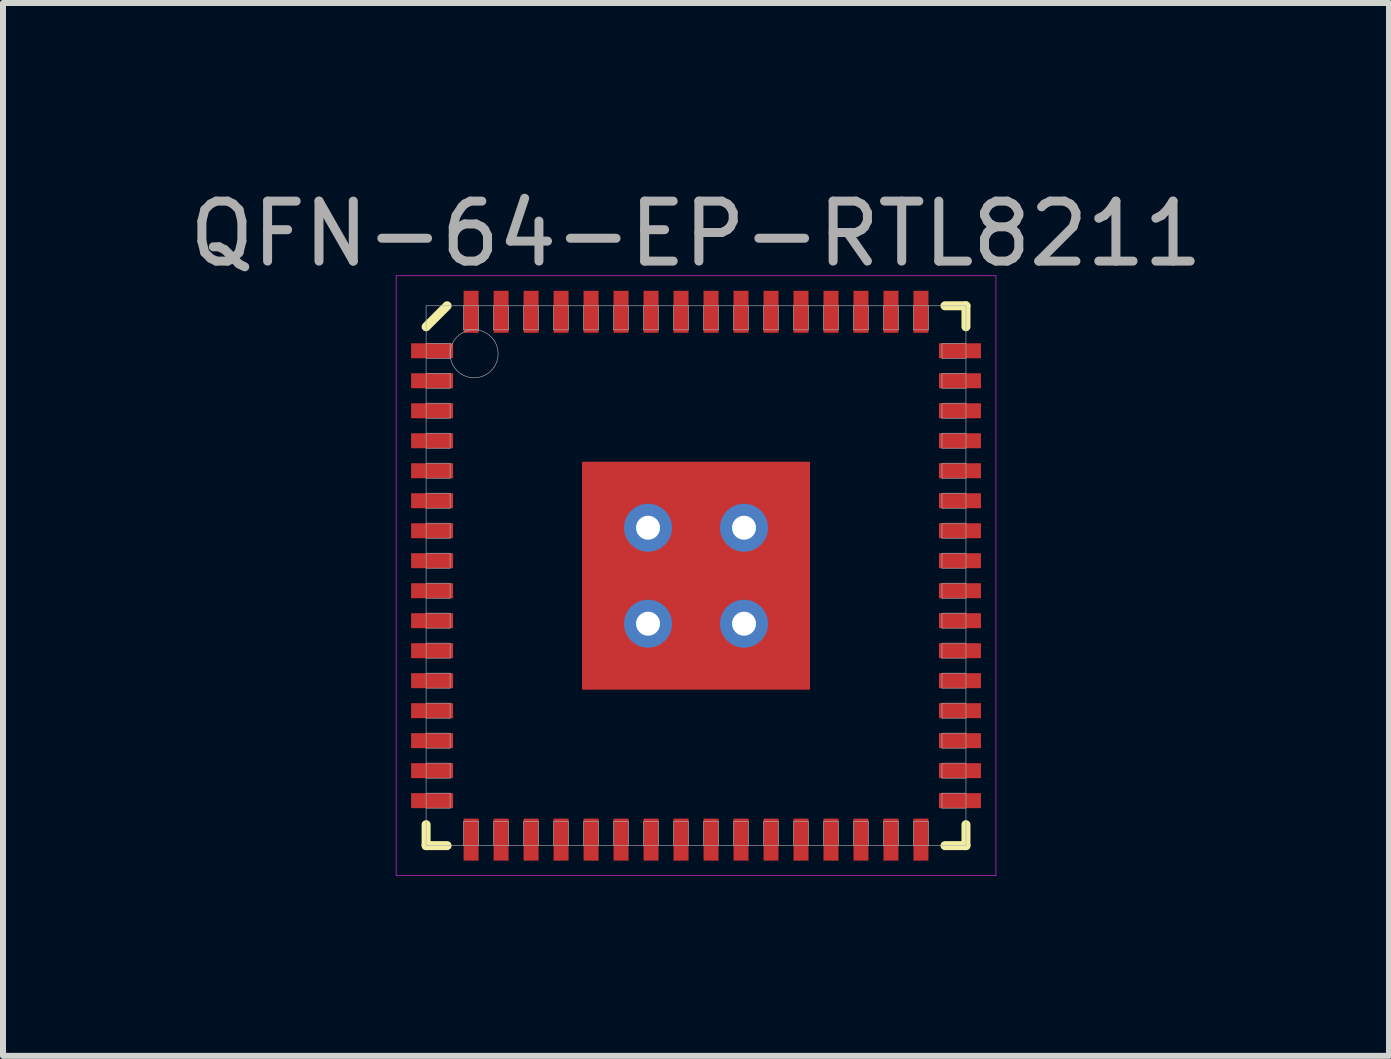
<source format=kicad_pcb>
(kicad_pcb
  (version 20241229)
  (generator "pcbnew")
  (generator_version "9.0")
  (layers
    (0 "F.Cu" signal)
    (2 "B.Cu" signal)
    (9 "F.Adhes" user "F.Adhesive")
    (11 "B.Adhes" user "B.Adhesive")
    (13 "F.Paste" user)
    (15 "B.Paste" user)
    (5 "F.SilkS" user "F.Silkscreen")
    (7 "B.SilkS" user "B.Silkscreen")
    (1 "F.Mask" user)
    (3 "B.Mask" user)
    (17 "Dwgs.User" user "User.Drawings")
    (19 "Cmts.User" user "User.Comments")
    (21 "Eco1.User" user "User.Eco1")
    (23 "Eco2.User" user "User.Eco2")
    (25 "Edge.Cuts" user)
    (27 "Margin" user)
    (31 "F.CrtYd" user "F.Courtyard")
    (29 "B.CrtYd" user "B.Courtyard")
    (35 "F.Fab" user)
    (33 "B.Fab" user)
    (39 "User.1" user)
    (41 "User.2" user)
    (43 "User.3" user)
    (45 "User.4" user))
  (footprint "QFN-64-EP-RTL8211"
    (layer "F.Cu")
    (at 8.554 6.548)
    (property "Reference" "QFN-64-EP-RTL8211" (at 0 -5.7 0) (layer "F.Fab") (effects (font (size 1 1) (thickness 0.15))))
    (attr smd)
    (fp_line (start -4.5 -4.15) (end -4.15 -4.5) (stroke (width 0.15) (type solid)) (layer "F.SilkS"))
    (fp_line (start -4.5 4.5) (end -4.5 4.15) (stroke (width 0.15) (type solid)) (layer "F.SilkS"))
    (fp_line (start -4.15 4.5) (end -4.5 4.5) (stroke (width 0.15) (type solid)) (layer "F.SilkS"))
    (fp_line (start 4.15 -4.5) (end 4.5 -4.5) (stroke (width 0.15) (type solid)) (layer "F.SilkS"))
    (fp_line (start 4.15 4.5) (end 4.5 4.5) (stroke (width 0.15) (type solid)) (layer "F.SilkS"))
    (fp_line (start 4.5 -4.5) (end 4.5 -4.15) (stroke (width 0.15) (type solid)) (layer "F.SilkS"))
    (fp_line (start 4.5 4.5) (end 4.5 4.15) (stroke (width 0.15) (type solid)) (layer "F.SilkS"))
    (fp_line (start -5 -5) (end 5 -5) (stroke (width 0.01) (type solid)) (layer "F.CrtYd"))
    (fp_line (start -5 5) (end -5 -5) (stroke (width 0.01) (type solid)) (layer "F.CrtYd"))
    (fp_line (start 5 -5) (end 5 5) (stroke (width 0.01) (type solid)) (layer "F.CrtYd"))
    (fp_line (start 5 5) (end -5 5) (stroke (width 0.01) (type solid)) (layer "F.CrtYd"))
    (fp_line (start -4.5 -4.5) (end 4.5 -4.5) (stroke (width 0.01) (type solid)) (layer "F.Fab"))
    (fp_line (start -4.5 -3.625) (end -4.1 -3.625) (stroke (width 0.01) (type solid)) (layer "F.Fab"))
    (fp_line (start -4.5 -3.125) (end -4.1 -3.125) (stroke (width 0.01) (type solid)) (layer "F.Fab"))
    (fp_line (start -4.5 -2.625) (end -4.1 -2.625) (stroke (width 0.01) (type solid)) (layer "F.Fab"))
    (fp_line (start -4.5 -2.125) (end -4.1 -2.125) (stroke (width 0.01) (type solid)) (layer "F.Fab"))
    (fp_line (start -4.5 -1.625) (end -4.1 -1.625) (stroke (width 0.01) (type solid)) (layer "F.Fab"))
    (fp_line (start -4.5 -1.125) (end -4.1 -1.125) (stroke (width 0.01) (type solid)) (layer "F.Fab"))
    (fp_line (start -4.5 -0.625) (end -4.1 -0.625) (stroke (width 0.01) (type solid)) (layer "F.Fab"))
    (fp_line (start -4.5 -0.125) (end -4.1 -0.125) (stroke (width 0.01) (type solid)) (layer "F.Fab"))
    (fp_line (start -4.5 0.375) (end -4.1 0.375) (stroke (width 0.01) (type solid)) (layer "F.Fab"))
    (fp_line (start -4.5 0.875) (end -4.1 0.875) (stroke (width 0.01) (type solid)) (layer "F.Fab"))
    (fp_line (start -4.5 1.375) (end -4.1 1.375) (stroke (width 0.01) (type solid)) (layer "F.Fab"))
    (fp_line (start -4.5 1.875) (end -4.1 1.875) (stroke (width 0.01) (type solid)) (layer "F.Fab"))
    (fp_line (start -4.5 2.375) (end -4.1 2.375) (stroke (width 0.01) (type solid)) (layer "F.Fab"))
    (fp_line (start -4.5 2.875) (end -4.1 2.875) (stroke (width 0.01) (type solid)) (layer "F.Fab"))
    (fp_line (start -4.5 3.375) (end -4.1 3.375) (stroke (width 0.01) (type solid)) (layer "F.Fab"))
    (fp_line (start -4.5 3.875) (end -4.1 3.875) (stroke (width 0.01) (type solid)) (layer "F.Fab"))
    (fp_line (start -4.5 4.5) (end -4.5 -4.5) (stroke (width 0.01) (type solid)) (layer "F.Fab"))
    (fp_line (start -4.1 -3.875) (end -4.5 -3.875) (stroke (width 0.01) (type solid)) (layer "F.Fab"))
    (fp_line (start -4.1 -3.625) (end -4.1 -3.875) (stroke (width 0.01) (type solid)) (layer "F.Fab"))
    (fp_line (start -4.1 -3.375) (end -4.5 -3.375) (stroke (width 0.01) (type solid)) (layer "F.Fab"))
    (fp_line (start -4.1 -3.125) (end -4.1 -3.375) (stroke (width 0.01) (type solid)) (layer "F.Fab"))
    (fp_line (start -4.1 -2.875) (end -4.5 -2.875) (stroke (width 0.01) (type solid)) (layer "F.Fab"))
    (fp_line (start -4.1 -2.625) (end -4.1 -2.875) (stroke (width 0.01) (type solid)) (layer "F.Fab"))
    (fp_line (start -4.1 -2.375) (end -4.5 -2.375) (stroke (width 0.01) (type solid)) (layer "F.Fab"))
    (fp_line (start -4.1 -2.125) (end -4.1 -2.375) (stroke (width 0.01) (type solid)) (layer "F.Fab"))
    (fp_line (start -4.1 -1.875) (end -4.5 -1.875) (stroke (width 0.01) (type solid)) (layer "F.Fab"))
    (fp_line (start -4.1 -1.625) (end -4.1 -1.875) (stroke (width 0.01) (type solid)) (layer "F.Fab"))
    (fp_line (start -4.1 -1.375) (end -4.5 -1.375) (stroke (width 0.01) (type solid)) (layer "F.Fab"))
    (fp_line (start -4.1 -1.125) (end -4.1 -1.375) (stroke (width 0.01) (type solid)) (layer "F.Fab"))
    (fp_line (start -4.1 -0.875) (end -4.5 -0.875) (stroke (width 0.01) (type solid)) (layer "F.Fab"))
    (fp_line (start -4.1 -0.625) (end -4.1 -0.875) (stroke (width 0.01) (type solid)) (layer "F.Fab"))
    (fp_line (start -4.1 -0.375) (end -4.5 -0.375) (stroke (width 0.01) (type solid)) (layer "F.Fab"))
    (fp_line (start -4.1 -0.125) (end -4.1 -0.375) (stroke (width 0.01) (type solid)) (layer "F.Fab"))
    (fp_line (start -4.1 0.125) (end -4.5 0.125) (stroke (width 0.01) (type solid)) (layer "F.Fab"))
    (fp_line (start -4.1 0.375) (end -4.1 0.125) (stroke (width 0.01) (type solid)) (layer "F.Fab"))
    (fp_line (start -4.1 0.625) (end -4.5 0.625) (stroke (width 0.01) (type solid)) (layer "F.Fab"))
    (fp_line (start -4.1 0.875) (end -4.1 0.625) (stroke (width 0.01) (type solid)) (layer "F.Fab"))
    (fp_line (start -4.1 1.125) (end -4.5 1.125) (stroke (width 0.01) (type solid)) (layer "F.Fab"))
    (fp_line (start -4.1 1.375) (end -4.1 1.125) (stroke (width 0.01) (type solid)) (layer "F.Fab"))
    (fp_line (start -4.1 1.625) (end -4.5 1.625) (stroke (width 0.01) (type solid)) (layer "F.Fab"))
    (fp_line (start -4.1 1.875) (end -4.1 1.625) (stroke (width 0.01) (type solid)) (layer "F.Fab"))
    (fp_line (start -4.1 2.125) (end -4.5 2.125) (stroke (width 0.01) (type solid)) (layer "F.Fab"))
    (fp_line (start -4.1 2.375) (end -4.1 2.125) (stroke (width 0.01) (type solid)) (layer "F.Fab"))
    (fp_line (start -4.1 2.625) (end -4.5 2.625) (stroke (width 0.01) (type solid)) (layer "F.Fab"))
    (fp_line (start -4.1 2.875) (end -4.1 2.625) (stroke (width 0.01) (type solid)) (layer "F.Fab"))
    (fp_line (start -4.1 3.125) (end -4.5 3.125) (stroke (width 0.01) (type solid)) (layer "F.Fab"))
    (fp_line (start -4.1 3.375) (end -4.1 3.125) (stroke (width 0.01) (type solid)) (layer "F.Fab"))
    (fp_line (start -4.1 3.625) (end -4.5 3.625) (stroke (width 0.01) (type solid)) (layer "F.Fab"))
    (fp_line (start -4.1 3.875) (end -4.1 3.625) (stroke (width 0.01) (type solid)) (layer "F.Fab"))
    (fp_line (start -3.875 -4.5) (end -3.875 -4.1) (stroke (width 0.01) (type solid)) (layer "F.Fab"))
    (fp_line (start -3.875 -4.1) (end -3.625 -4.1) (stroke (width 0.01) (type solid)) (layer "F.Fab"))
    (fp_line (start -3.875 4.1) (end -3.875 4.5) (stroke (width 0.01) (type solid)) (layer "F.Fab"))
    (fp_line (start -3.625 -4.1) (end -3.625 -4.5) (stroke (width 0.01) (type solid)) (layer "F.Fab"))
    (fp_line (start -3.625 4.1) (end -3.875 4.1) (stroke (width 0.01) (type solid)) (layer "F.Fab"))
    (fp_line (start -3.625 4.5) (end -3.625 4.1) (stroke (width 0.01) (type solid)) (layer "F.Fab"))
    (fp_line (start -3.375 -4.5) (end -3.375 -4.1) (stroke (width 0.01) (type solid)) (layer "F.Fab"))
    (fp_line (start -3.375 -4.1) (end -3.125 -4.1) (stroke (width 0.01) (type solid)) (layer "F.Fab"))
    (fp_line (start -3.375 4.1) (end -3.375 4.5) (stroke (width 0.01) (type solid)) (layer "F.Fab"))
    (fp_line (start -3.125 -4.1) (end -3.125 -4.5) (stroke (width 0.01) (type solid)) (layer "F.Fab"))
    (fp_line (start -3.125 4.1) (end -3.375 4.1) (stroke (width 0.01) (type solid)) (layer "F.Fab"))
    (fp_line (start -3.125 4.5) (end -3.125 4.1) (stroke (width 0.01) (type solid)) (layer "F.Fab"))
    (fp_line (start -2.875 -4.5) (end -2.875 -4.1) (stroke (width 0.01) (type solid)) (layer "F.Fab"))
    (fp_line (start -2.875 -4.1) (end -2.625 -4.1) (stroke (width 0.01) (type solid)) (layer "F.Fab"))
    (fp_line (start -2.875 4.1) (end -2.875 4.5) (stroke (width 0.01) (type solid)) (layer "F.Fab"))
    (fp_line (start -2.625 -4.1) (end -2.625 -4.5) (stroke (width 0.01) (type solid)) (layer "F.Fab"))
    (fp_line (start -2.625 4.1) (end -2.875 4.1) (stroke (width 0.01) (type solid)) (layer "F.Fab"))
    (fp_line (start -2.625 4.5) (end -2.625 4.1) (stroke (width 0.01) (type solid)) (layer "F.Fab"))
    (fp_line (start -2.375 -4.5) (end -2.375 -4.1) (stroke (width 0.01) (type solid)) (layer "F.Fab"))
    (fp_line (start -2.375 -4.1) (end -2.125 -4.1) (stroke (width 0.01) (type solid)) (layer "F.Fab"))
    (fp_line (start -2.375 4.1) (end -2.375 4.5) (stroke (width 0.01) (type solid)) (layer "F.Fab"))
    (fp_line (start -2.125 -4.1) (end -2.125 -4.5) (stroke (width 0.01) (type solid)) (layer "F.Fab"))
    (fp_line (start -2.125 4.1) (end -2.375 4.1) (stroke (width 0.01) (type solid)) (layer "F.Fab"))
    (fp_line (start -2.125 4.5) (end -2.125 4.1) (stroke (width 0.01) (type solid)) (layer "F.Fab"))
    (fp_line (start -1.875 -4.5) (end -1.875 -4.1) (stroke (width 0.01) (type solid)) (layer "F.Fab"))
    (fp_line (start -1.875 -4.1) (end -1.625 -4.1) (stroke (width 0.01) (type solid)) (layer "F.Fab"))
    (fp_line (start -1.875 4.1) (end -1.875 4.5) (stroke (width 0.01) (type solid)) (layer "F.Fab"))
    (fp_line (start -1.625 -4.1) (end -1.625 -4.5) (stroke (width 0.01) (type solid)) (layer "F.Fab"))
    (fp_line (start -1.625 4.1) (end -1.875 4.1) (stroke (width 0.01) (type solid)) (layer "F.Fab"))
    (fp_line (start -1.625 4.5) (end -1.625 4.1) (stroke (width 0.01) (type solid)) (layer "F.Fab"))
    (fp_line (start -1.375 -4.5) (end -1.375 -4.1) (stroke (width 0.01) (type solid)) (layer "F.Fab"))
    (fp_line (start -1.375 -4.1) (end -1.125 -4.1) (stroke (width 0.01) (type solid)) (layer "F.Fab"))
    (fp_line (start -1.375 4.1) (end -1.375 4.5) (stroke (width 0.01) (type solid)) (layer "F.Fab"))
    (fp_line (start -1.125 -4.1) (end -1.125 -4.5) (stroke (width 0.01) (type solid)) (layer "F.Fab"))
    (fp_line (start -1.125 4.1) (end -1.375 4.1) (stroke (width 0.01) (type solid)) (layer "F.Fab"))
    (fp_line (start -1.125 4.5) (end -1.125 4.1) (stroke (width 0.01) (type solid)) (layer "F.Fab"))
    (fp_line (start -0.875 -4.5) (end -0.875 -4.1) (stroke (width 0.01) (type solid)) (layer "F.Fab"))
    (fp_line (start -0.875 -4.1) (end -0.625 -4.1) (stroke (width 0.01) (type solid)) (layer "F.Fab"))
    (fp_line (start -0.875 4.1) (end -0.875 4.5) (stroke (width 0.01) (type solid)) (layer "F.Fab"))
    (fp_line (start -0.625 -4.1) (end -0.625 -4.5) (stroke (width 0.01) (type solid)) (layer "F.Fab"))
    (fp_line (start -0.625 4.1) (end -0.875 4.1) (stroke (width 0.01) (type solid)) (layer "F.Fab"))
    (fp_line (start -0.625 4.5) (end -0.625 4.1) (stroke (width 0.01) (type solid)) (layer "F.Fab"))
    (fp_line (start -0.375 -4.5) (end -0.375 -4.1) (stroke (width 0.01) (type solid)) (layer "F.Fab"))
    (fp_line (start -0.375 -4.1) (end -0.125 -4.1) (stroke (width 0.01) (type solid)) (layer "F.Fab"))
    (fp_line (start -0.375 4.1) (end -0.375 4.5) (stroke (width 0.01) (type solid)) (layer "F.Fab"))
    (fp_line (start -0.125 -4.1) (end -0.125 -4.5) (stroke (width 0.01) (type solid)) (layer "F.Fab"))
    (fp_line (start -0.125 4.1) (end -0.375 4.1) (stroke (width 0.01) (type solid)) (layer "F.Fab"))
    (fp_line (start -0.125 4.5) (end -0.125 4.1) (stroke (width 0.01) (type solid)) (layer "F.Fab"))
    (fp_line (start 0.125 -4.5) (end 0.125 -4.1) (stroke (width 0.01) (type solid)) (layer "F.Fab"))
    (fp_line (start 0.125 -4.1) (end 0.375 -4.1) (stroke (width 0.01) (type solid)) (layer "F.Fab"))
    (fp_line (start 0.125 4.1) (end 0.125 4.5) (stroke (width 0.01) (type solid)) (layer "F.Fab"))
    (fp_line (start 0.375 -4.1) (end 0.375 -4.5) (stroke (width 0.01) (type solid)) (layer "F.Fab"))
    (fp_line (start 0.375 4.1) (end 0.125 4.1) (stroke (width 0.01) (type solid)) (layer "F.Fab"))
    (fp_line (start 0.375 4.5) (end 0.375 4.1) (stroke (width 0.01) (type solid)) (layer "F.Fab"))
    (fp_line (start 0.625 -4.5) (end 0.625 -4.1) (stroke (width 0.01) (type solid)) (layer "F.Fab"))
    (fp_line (start 0.625 -4.1) (end 0.875 -4.1) (stroke (width 0.01) (type solid)) (layer "F.Fab"))
    (fp_line (start 0.625 4.1) (end 0.625 4.5) (stroke (width 0.01) (type solid)) (layer "F.Fab"))
    (fp_line (start 0.875 -4.1) (end 0.875 -4.5) (stroke (width 0.01) (type solid)) (layer "F.Fab"))
    (fp_line (start 0.875 4.1) (end 0.625 4.1) (stroke (width 0.01) (type solid)) (layer "F.Fab"))
    (fp_line (start 0.875 4.5) (end 0.875 4.1) (stroke (width 0.01) (type solid)) (layer "F.Fab"))
    (fp_line (start 1.125 -4.5) (end 1.125 -4.1) (stroke (width 0.01) (type solid)) (layer "F.Fab"))
    (fp_line (start 1.125 -4.1) (end 1.375 -4.1) (stroke (width 0.01) (type solid)) (layer "F.Fab"))
    (fp_line (start 1.125 4.1) (end 1.125 4.5) (stroke (width 0.01) (type solid)) (layer "F.Fab"))
    (fp_line (start 1.375 -4.1) (end 1.375 -4.5) (stroke (width 0.01) (type solid)) (layer "F.Fab"))
    (fp_line (start 1.375 4.1) (end 1.125 4.1) (stroke (width 0.01) (type solid)) (layer "F.Fab"))
    (fp_line (start 1.375 4.5) (end 1.375 4.1) (stroke (width 0.01) (type solid)) (layer "F.Fab"))
    (fp_line (start 1.625 -4.5) (end 1.625 -4.1) (stroke (width 0.01) (type solid)) (layer "F.Fab"))
    (fp_line (start 1.625 -4.1) (end 1.875 -4.1) (stroke (width 0.01) (type solid)) (layer "F.Fab"))
    (fp_line (start 1.625 4.1) (end 1.625 4.5) (stroke (width 0.01) (type solid)) (layer "F.Fab"))
    (fp_line (start 1.875 -4.1) (end 1.875 -4.5) (stroke (width 0.01) (type solid)) (layer "F.Fab"))
    (fp_line (start 1.875 4.1) (end 1.625 4.1) (stroke (width 0.01) (type solid)) (layer "F.Fab"))
    (fp_line (start 1.875 4.5) (end 1.875 4.1) (stroke (width 0.01) (type solid)) (layer "F.Fab"))
    (fp_line (start 2.125 -4.5) (end 2.125 -4.1) (stroke (width 0.01) (type solid)) (layer "F.Fab"))
    (fp_line (start 2.125 -4.1) (end 2.375 -4.1) (stroke (width 0.01) (type solid)) (layer "F.Fab"))
    (fp_line (start 2.125 4.1) (end 2.125 4.5) (stroke (width 0.01) (type solid)) (layer "F.Fab"))
    (fp_line (start 2.375 -4.1) (end 2.375 -4.5) (stroke (width 0.01) (type solid)) (layer "F.Fab"))
    (fp_line (start 2.375 4.1) (end 2.125 4.1) (stroke (width 0.01) (type solid)) (layer "F.Fab"))
    (fp_line (start 2.375 4.5) (end 2.375 4.1) (stroke (width 0.01) (type solid)) (layer "F.Fab"))
    (fp_line (start 2.625 -4.5) (end 2.625 -4.1) (stroke (width 0.01) (type solid)) (layer "F.Fab"))
    (fp_line (start 2.625 -4.1) (end 2.875 -4.1) (stroke (width 0.01) (type solid)) (layer "F.Fab"))
    (fp_line (start 2.625 4.1) (end 2.625 4.5) (stroke (width 0.01) (type solid)) (layer "F.Fab"))
    (fp_line (start 2.875 -4.1) (end 2.875 -4.5) (stroke (width 0.01) (type solid)) (layer "F.Fab"))
    (fp_line (start 2.875 4.1) (end 2.625 4.1) (stroke (width 0.01) (type solid)) (layer "F.Fab"))
    (fp_line (start 2.875 4.5) (end 2.875 4.1) (stroke (width 0.01) (type solid)) (layer "F.Fab"))
    (fp_line (start 3.125 -4.5) (end 3.125 -4.1) (stroke (width 0.01) (type solid)) (layer "F.Fab"))
    (fp_line (start 3.125 -4.1) (end 3.375 -4.1) (stroke (width 0.01) (type solid)) (layer "F.Fab"))
    (fp_line (start 3.125 4.1) (end 3.125 4.5) (stroke (width 0.01) (type solid)) (layer "F.Fab"))
    (fp_line (start 3.375 -4.1) (end 3.375 -4.5) (stroke (width 0.01) (type solid)) (layer "F.Fab"))
    (fp_line (start 3.375 4.1) (end 3.125 4.1) (stroke (width 0.01) (type solid)) (layer "F.Fab"))
    (fp_line (start 3.375 4.5) (end 3.375 4.1) (stroke (width 0.01) (type solid)) (layer "F.Fab"))
    (fp_line (start 3.625 -4.5) (end 3.625 -4.1) (stroke (width 0.01) (type solid)) (layer "F.Fab"))
    (fp_line (start 3.625 -4.1) (end 3.875 -4.1) (stroke (width 0.01) (type solid)) (layer "F.Fab"))
    (fp_line (start 3.625 4.1) (end 3.625 4.5) (stroke (width 0.01) (type solid)) (layer "F.Fab"))
    (fp_line (start 3.875 -4.1) (end 3.875 -4.5) (stroke (width 0.01) (type solid)) (layer "F.Fab"))
    (fp_line (start 3.875 4.1) (end 3.625 4.1) (stroke (width 0.01) (type solid)) (layer "F.Fab"))
    (fp_line (start 3.875 4.5) (end 3.875 4.1) (stroke (width 0.01) (type solid)) (layer "F.Fab"))
    (fp_line (start 4.1 -3.875) (end 4.1 -3.625) (stroke (width 0.01) (type solid)) (layer "F.Fab"))
    (fp_line (start 4.1 -3.625) (end 4.5 -3.625) (stroke (width 0.01) (type solid)) (layer "F.Fab"))
    (fp_line (start 4.1 -3.375) (end 4.1 -3.125) (stroke (width 0.01) (type solid)) (layer "F.Fab"))
    (fp_line (start 4.1 -3.125) (end 4.5 -3.125) (stroke (width 0.01) (type solid)) (layer "F.Fab"))
    (fp_line (start 4.1 -2.875) (end 4.1 -2.625) (stroke (width 0.01) (type solid)) (layer "F.Fab"))
    (fp_line (start 4.1 -2.625) (end 4.5 -2.625) (stroke (width 0.01) (type solid)) (layer "F.Fab"))
    (fp_line (start 4.1 -2.375) (end 4.1 -2.125) (stroke (width 0.01) (type solid)) (layer "F.Fab"))
    (fp_line (start 4.1 -2.125) (end 4.5 -2.125) (stroke (width 0.01) (type solid)) (layer "F.Fab"))
    (fp_line (start 4.1 -1.875) (end 4.1 -1.625) (stroke (width 0.01) (type solid)) (layer "F.Fab"))
    (fp_line (start 4.1 -1.625) (end 4.5 -1.625) (stroke (width 0.01) (type solid)) (layer "F.Fab"))
    (fp_line (start 4.1 -1.375) (end 4.1 -1.125) (stroke (width 0.01) (type solid)) (layer "F.Fab"))
    (fp_line (start 4.1 -1.125) (end 4.5 -1.125) (stroke (width 0.01) (type solid)) (layer "F.Fab"))
    (fp_line (start 4.1 -0.875) (end 4.1 -0.625) (stroke (width 0.01) (type solid)) (layer "F.Fab"))
    (fp_line (start 4.1 -0.625) (end 4.5 -0.625) (stroke (width 0.01) (type solid)) (layer "F.Fab"))
    (fp_line (start 4.1 -0.375) (end 4.1 -0.125) (stroke (width 0.01) (type solid)) (layer "F.Fab"))
    (fp_line (start 4.1 -0.125) (end 4.5 -0.125) (stroke (width 0.01) (type solid)) (layer "F.Fab"))
    (fp_line (start 4.1 0.125) (end 4.1 0.375) (stroke (width 0.01) (type solid)) (layer "F.Fab"))
    (fp_line (start 4.1 0.375) (end 4.5 0.375) (stroke (width 0.01) (type solid)) (layer "F.Fab"))
    (fp_line (start 4.1 0.625) (end 4.1 0.875) (stroke (width 0.01) (type solid)) (layer "F.Fab"))
    (fp_line (start 4.1 0.875) (end 4.5 0.875) (stroke (width 0.01) (type solid)) (layer "F.Fab"))
    (fp_line (start 4.1 1.125) (end 4.1 1.375) (stroke (width 0.01) (type solid)) (layer "F.Fab"))
    (fp_line (start 4.1 1.375) (end 4.5 1.375) (stroke (width 0.01) (type solid)) (layer "F.Fab"))
    (fp_line (start 4.1 1.625) (end 4.1 1.875) (stroke (width 0.01) (type solid)) (layer "F.Fab"))
    (fp_line (start 4.1 1.875) (end 4.5 1.875) (stroke (width 0.01) (type solid)) (layer "F.Fab"))
    (fp_line (start 4.1 2.125) (end 4.1 2.375) (stroke (width 0.01) (type solid)) (layer "F.Fab"))
    (fp_line (start 4.1 2.375) (end 4.5 2.375) (stroke (width 0.01) (type solid)) (layer "F.Fab"))
    (fp_line (start 4.1 2.625) (end 4.1 2.875) (stroke (width 0.01) (type solid)) (layer "F.Fab"))
    (fp_line (start 4.1 2.875) (end 4.5 2.875) (stroke (width 0.01) (type solid)) (layer "F.Fab"))
    (fp_line (start 4.1 3.125) (end 4.1 3.375) (stroke (width 0.01) (type solid)) (layer "F.Fab"))
    (fp_line (start 4.1 3.375) (end 4.5 3.375) (stroke (width 0.01) (type solid)) (layer "F.Fab"))
    (fp_line (start 4.1 3.625) (end 4.1 3.875) (stroke (width 0.01) (type solid)) (layer "F.Fab"))
    (fp_line (start 4.1 3.875) (end 4.5 3.875) (stroke (width 0.01) (type solid)) (layer "F.Fab"))
    (fp_line (start 4.5 -4.5) (end 4.5 4.5) (stroke (width 0.01) (type solid)) (layer "F.Fab"))
    (fp_line (start 4.5 -3.875) (end 4.1 -3.875) (stroke (width 0.01) (type solid)) (layer "F.Fab"))
    (fp_line (start 4.5 -3.375) (end 4.1 -3.375) (stroke (width 0.01) (type solid)) (layer "F.Fab"))
    (fp_line (start 4.5 -2.875) (end 4.1 -2.875) (stroke (width 0.01) (type solid)) (layer "F.Fab"))
    (fp_line (start 4.5 -2.375) (end 4.1 -2.375) (stroke (width 0.01) (type solid)) (layer "F.Fab"))
    (fp_line (start 4.5 -1.875) (end 4.1 -1.875) (stroke (width 0.01) (type solid)) (layer "F.Fab"))
    (fp_line (start 4.5 -1.375) (end 4.1 -1.375) (stroke (width 0.01) (type solid)) (layer "F.Fab"))
    (fp_line (start 4.5 -0.875) (end 4.1 -0.875) (stroke (width 0.01) (type solid)) (layer "F.Fab"))
    (fp_line (start 4.5 -0.375) (end 4.1 -0.375) (stroke (width 0.01) (type solid)) (layer "F.Fab"))
    (fp_line (start 4.5 0.125) (end 4.1 0.125) (stroke (width 0.01) (type solid)) (layer "F.Fab"))
    (fp_line (start 4.5 0.625) (end 4.1 0.625) (stroke (width 0.01) (type solid)) (layer "F.Fab"))
    (fp_line (start 4.5 1.125) (end 4.1 1.125) (stroke (width 0.01) (type solid)) (layer "F.Fab"))
    (fp_line (start 4.5 1.625) (end 4.1 1.625) (stroke (width 0.01) (type solid)) (layer "F.Fab"))
    (fp_line (start 4.5 2.125) (end 4.1 2.125) (stroke (width 0.01) (type solid)) (layer "F.Fab"))
    (fp_line (start 4.5 2.625) (end 4.1 2.625) (stroke (width 0.01) (type solid)) (layer "F.Fab"))
    (fp_line (start 4.5 3.125) (end 4.1 3.125) (stroke (width 0.01) (type solid)) (layer "F.Fab"))
    (fp_line (start 4.5 3.625) (end 4.1 3.625) (stroke (width 0.01) (type solid)) (layer "F.Fab"))
    (fp_line (start 4.5 4.5) (end -4.5 4.5) (stroke (width 0.01) (type solid)) (layer "F.Fab"))
    (fp_circle (center -3.7 -3.7) (end -3.7 -3.3) (stroke (width 0.01) (type solid)) (fill no) (layer "F.Fab"))
    (pad "" smd rect (at -1.3 -1.3) (size 0.7 0.7) (layers "F.Mask"))
    (pad "" smd rect (at -1.3 -1.3) (size 0.7 0.7) (layers "F.Paste"))
    (pad "" smd rect (at -1.3 0) (size 0.7 0.7) (layers "F.Mask"))
    (pad "" smd rect (at -1.3 0) (size 0.7 0.7) (layers "F.Paste"))
    (pad "" smd rect (at -1.3 1.3) (size 0.7 0.7) (layers "F.Mask"))
    (pad "" smd rect (at -1.3 1.3) (size 0.7 0.7) (layers "F.Paste"))
    (pad "" smd rect (at 0 -1.3) (size 0.7 0.7) (layers "F.Mask"))
    (pad "" smd rect (at 0 -1.3) (size 0.7 0.7) (layers "F.Paste"))
    (pad "" smd rect (at 0 0) (size 0.7 0.7) (layers "F.Mask"))
    (pad "" smd rect (at 0 0) (size 0.7 0.7) (layers "F.Paste"))
    (pad "" smd rect (at 0 1.3) (size 0.7 0.7) (layers "F.Mask"))
    (pad "" smd rect (at 0 1.3) (size 0.7 0.7) (layers "F.Paste"))
    (pad "" smd rect (at 1.3 -1.3) (size 0.7 0.7) (layers "F.Mask"))
    (pad "" smd rect (at 1.3 -1.3) (size 0.7 0.7) (layers "F.Paste"))
    (pad "" smd rect (at 1.3 0) (size 0.7 0.7) (layers "F.Mask"))
    (pad "" smd rect (at 1.3 0) (size 0.7 0.7) (layers "F.Paste"))
    (pad "" smd rect (at 1.3 1.3) (size 0.7 0.7) (layers "F.Mask"))
    (pad "" smd rect (at 1.3 1.3) (size 0.7 0.7) (layers "F.Paste"))
    (pad "1" smd rect (at -4.4 -3.75) (size 0.7 0.25) (layers "F.Cu" "F.Mask" "F.Paste"))
    (pad "2" smd rect (at -4.4 -3.25) (size 0.7 0.25) (layers "F.Cu" "F.Mask" "F.Paste"))
    (pad "3" smd rect (at -4.4 -2.75) (size 0.7 0.25) (layers "F.Cu" "F.Mask" "F.Paste"))
    (pad "4" smd rect (at -4.4 -2.25) (size 0.7 0.25) (layers "F.Cu" "F.Mask" "F.Paste"))
    (pad "5" smd rect (at -4.4 -1.75) (size 0.7 0.25) (layers "F.Cu" "F.Mask" "F.Paste"))
    (pad "6" smd rect (at -4.4 -1.25) (size 0.7 0.25) (layers "F.Cu" "F.Mask" "F.Paste"))
    (pad "7" smd rect (at -4.4 -0.75) (size 0.7 0.25) (layers "F.Cu" "F.Mask" "F.Paste"))
    (pad "8" smd rect (at -4.4 -0.25) (size 0.7 0.25) (layers "F.Cu" "F.Mask" "F.Paste"))
    (pad "9" smd rect (at -4.4 0.25) (size 0.7 0.25) (layers "F.Cu" "F.Mask" "F.Paste"))
    (pad "10" smd rect (at -4.4 0.75) (size 0.7 0.25) (layers "F.Cu" "F.Mask" "F.Paste"))
    (pad "11" smd rect (at -4.4 1.25) (size 0.7 0.25) (layers "F.Cu" "F.Mask" "F.Paste"))
    (pad "12" smd rect (at -4.4 1.75) (size 0.7 0.25) (layers "F.Cu" "F.Mask" "F.Paste"))
    (pad "13" smd rect (at -4.4 2.25) (size 0.7 0.25) (layers "F.Cu" "F.Mask" "F.Paste"))
    (pad "14" smd rect (at -4.4 2.75) (size 0.7 0.25) (layers "F.Cu" "F.Mask" "F.Paste"))
    (pad "15" smd rect (at -4.4 3.25) (size 0.7 0.25) (layers "F.Cu" "F.Mask" "F.Paste"))
    (pad "16" smd rect (at -4.4 3.75) (size 0.7 0.25) (layers "F.Cu" "F.Mask" "F.Paste"))
    (pad "17" smd rect (at -3.75 4.4) (size 0.25 0.7) (layers "F.Cu" "F.Mask" "F.Paste"))
    (pad "18" smd rect (at -3.25 4.4) (size 0.25 0.7) (layers "F.Cu" "F.Mask" "F.Paste"))
    (pad "19" smd rect (at -2.75 4.4) (size 0.25 0.7) (layers "F.Cu" "F.Mask" "F.Paste"))
    (pad "20" smd rect (at -2.25 4.4) (size 0.25 0.7) (layers "F.Cu" "F.Mask" "F.Paste"))
    (pad "21" smd rect (at -1.75 4.4) (size 0.25 0.7) (layers "F.Cu" "F.Mask" "F.Paste"))
    (pad "22" smd rect (at -1.25 4.4) (size 0.25 0.7) (layers "F.Cu" "F.Mask" "F.Paste"))
    (pad "23" smd rect (at -0.75 4.4) (size 0.25 0.7) (layers "F.Cu" "F.Mask" "F.Paste"))
    (pad "24" smd rect (at -0.25 4.4) (size 0.25 0.7) (layers "F.Cu" "F.Mask" "F.Paste"))
    (pad "25" smd rect (at 0.25 4.4) (size 0.25 0.7) (layers "F.Cu" "F.Mask" "F.Paste"))
    (pad "26" smd rect (at 0.75 4.4) (size 0.25 0.7) (layers "F.Cu" "F.Mask" "F.Paste"))
    (pad "27" smd rect (at 1.25 4.4) (size 0.25 0.7) (layers "F.Cu" "F.Mask" "F.Paste"))
    (pad "28" smd rect (at 1.75 4.4) (size 0.25 0.7) (layers "F.Cu" "F.Mask" "F.Paste"))
    (pad "29" smd rect (at 2.25 4.4) (size 0.25 0.7) (layers "F.Cu" "F.Mask" "F.Paste"))
    (pad "30" smd rect (at 2.75 4.4) (size 0.25 0.7) (layers "F.Cu" "F.Mask" "F.Paste"))
    (pad "31" smd rect (at 3.25 4.4) (size 0.25 0.7) (layers "F.Cu" "F.Mask" "F.Paste"))
    (pad "32" smd rect (at 3.75 4.4) (size 0.25 0.7) (layers "F.Cu" "F.Mask" "F.Paste"))
    (pad "33" smd rect (at 4.4 3.75) (size 0.7 0.25) (layers "F.Cu" "F.Mask" "F.Paste"))
    (pad "34" smd rect (at 4.4 3.25) (size 0.7 0.25) (layers "F.Cu" "F.Mask" "F.Paste"))
    (pad "35" smd rect (at 4.4 2.75) (size 0.7 0.25) (layers "F.Cu" "F.Mask" "F.Paste"))
    (pad "36" smd rect (at 4.4 2.25) (size 0.7 0.25) (layers "F.Cu" "F.Mask" "F.Paste"))
    (pad "37" smd rect (at 4.4 1.75) (size 0.7 0.25) (layers "F.Cu" "F.Mask" "F.Paste"))
    (pad "38" smd rect (at 4.4 1.25) (size 0.7 0.25) (layers "F.Cu" "F.Mask" "F.Paste"))
    (pad "39" smd rect (at 4.4 0.75) (size 0.7 0.25) (layers "F.Cu" "F.Mask" "F.Paste"))
    (pad "40" smd rect (at 4.4 0.25) (size 0.7 0.25) (layers "F.Cu" "F.Mask" "F.Paste"))
    (pad "41" smd rect (at 4.4 -0.25) (size 0.7 0.25) (layers "F.Cu" "F.Mask" "F.Paste"))
    (pad "42" smd rect (at 4.4 -0.75) (size 0.7 0.25) (layers "F.Cu" "F.Mask" "F.Paste"))
    (pad "43" smd rect (at 4.4 -1.25) (size 0.7 0.25) (layers "F.Cu" "F.Mask" "F.Paste"))
    (pad "44" smd rect (at 4.4 -1.75) (size 0.7 0.25) (layers "F.Cu" "F.Mask" "F.Paste"))
    (pad "45" smd rect (at 4.4 -2.25) (size 0.7 0.25) (layers "F.Cu" "F.Mask" "F.Paste"))
    (pad "46" smd rect (at 4.4 -2.75) (size 0.7 0.25) (layers "F.Cu" "F.Mask" "F.Paste"))
    (pad "47" smd rect (at 4.4 -3.25) (size 0.7 0.25) (layers "F.Cu" "F.Mask" "F.Paste"))
    (pad "48" smd rect (at 4.4 -3.75) (size 0.7 0.25) (layers "F.Cu" "F.Mask" "F.Paste"))
    (pad "49" smd rect (at 3.75 -4.4) (size 0.25 0.7) (layers "F.Cu" "F.Mask" "F.Paste"))
    (pad "50" smd rect (at 3.25 -4.4) (size 0.25 0.7) (layers "F.Cu" "F.Mask" "F.Paste"))
    (pad "51" smd rect (at 2.75 -4.4) (size 0.25 0.7) (layers "F.Cu" "F.Mask" "F.Paste"))
    (pad "52" smd rect (at 2.25 -4.4) (size 0.25 0.7) (layers "F.Cu" "F.Mask" "F.Paste"))
    (pad "53" smd rect (at 1.75 -4.4) (size 0.25 0.7) (layers "F.Cu" "F.Mask" "F.Paste"))
    (pad "54" smd rect (at 1.25 -4.4) (size 0.25 0.7) (layers "F.Cu" "F.Mask" "F.Paste"))
    (pad "55" smd rect (at 0.75 -4.4) (size 0.25 0.7) (layers "F.Cu" "F.Mask" "F.Paste"))
    (pad "56" smd rect (at 0.25 -4.4) (size 0.25 0.7) (layers "F.Cu" "F.Mask" "F.Paste"))
    (pad "57" smd rect (at -0.25 -4.4) (size 0.25 0.7) (layers "F.Cu" "F.Mask" "F.Paste"))
    (pad "58" smd rect (at -0.75 -4.4) (size 0.25 0.7) (layers "F.Cu" "F.Mask" "F.Paste"))
    (pad "59" smd rect (at -1.25 -4.4) (size 0.25 0.7) (layers "F.Cu" "F.Mask" "F.Paste"))
    (pad "60" smd rect (at -1.75 -4.4) (size 0.25 0.7) (layers "F.Cu" "F.Mask" "F.Paste"))
    (pad "61" smd rect (at -2.25 -4.4) (size 0.25 0.7) (layers "F.Cu" "F.Mask" "F.Paste"))
    (pad "62" smd rect (at -2.75 -4.4) (size 0.25 0.7) (layers "F.Cu" "F.Mask" "F.Paste"))
    (pad "63" smd rect (at -3.25 -4.4) (size 0.25 0.7) (layers "F.Cu" "F.Mask" "F.Paste"))
    (pad "64" smd rect (at -3.75 -4.4) (size 0.25 0.7) (layers "F.Cu" "F.Mask" "F.Paste"))
    (pad "EP" thru_hole circle (at -0.8 -0.8) (size 0.8 0.8) (drill 0.4) (layers "*.Cu"))
    (pad "EP" thru_hole circle (at -0.8 0.8) (size 0.8 0.8) (drill 0.4) (layers "*.Cu"))
    (pad "EP" smd rect (at 0 0) (size 3.8 3.8) (layers "F.Cu"))
    (pad "EP" thru_hole circle (at 0.8 -0.8) (size 0.8 0.8) (drill 0.4) (layers "*.Cu"))
    (pad "EP" thru_hole circle (at 0.8 0.8) (size 0.8 0.8) (drill 0.4) (layers "*.Cu")))
  (gr_rect
    (start -3 -3)
    (end 20.107 14.553)
    (stroke (width 0.1) (type default))
    (fill no)
    (layer "Edge.Cuts")))
</source>
